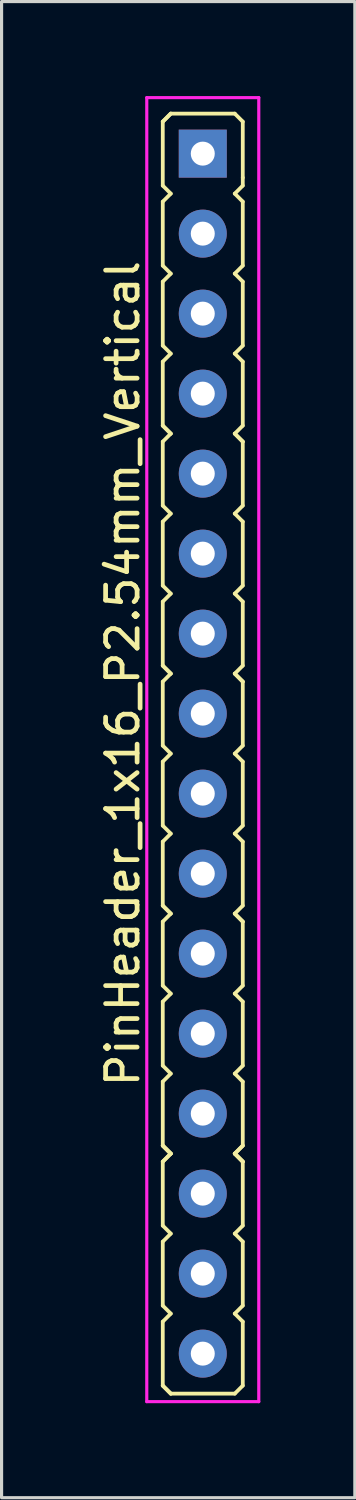
<source format=kicad_pcb>
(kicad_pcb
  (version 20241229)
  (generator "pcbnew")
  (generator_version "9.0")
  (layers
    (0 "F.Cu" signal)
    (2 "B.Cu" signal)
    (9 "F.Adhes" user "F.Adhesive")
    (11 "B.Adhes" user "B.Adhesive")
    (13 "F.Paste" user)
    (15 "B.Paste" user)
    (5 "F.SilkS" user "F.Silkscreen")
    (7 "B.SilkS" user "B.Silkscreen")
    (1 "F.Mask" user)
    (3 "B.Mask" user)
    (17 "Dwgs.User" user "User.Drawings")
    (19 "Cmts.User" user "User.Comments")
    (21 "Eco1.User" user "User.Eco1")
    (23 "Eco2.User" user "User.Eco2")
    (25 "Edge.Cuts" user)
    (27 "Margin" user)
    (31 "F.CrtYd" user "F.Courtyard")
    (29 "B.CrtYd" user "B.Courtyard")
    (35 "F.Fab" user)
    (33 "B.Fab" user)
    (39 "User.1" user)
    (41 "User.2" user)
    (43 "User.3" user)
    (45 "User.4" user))
  (footprint "PinHeader_1x16_P2.54mm_Vertical"
    (layer "F.Cu")
    (at 3.388 20.878)
    (property "Reference" "PinHeader_1x16_P2.54mm_Vertical" (at -2.54 -2.54 90) (layer "F.SilkS") (effects (font (size 1 1) (thickness 0.15))))
    (attr through_hole)
    (fp_line (start -1.27 -20.066) (end -1.016 -20.32) (stroke (width 0.12) (type solid)) (layer "F.SilkS"))
    (fp_line (start -1.27 -20.066) (end -1.016 -20.32) (stroke (width 0.12) (type solid)) (layer "F.SilkS"))
    (fp_line (start -1.27 -18.034) (end -1.27 -20.066) (stroke (width 0.12) (type solid)) (layer "F.SilkS"))
    (fp_line (start -1.27 -17.526) (end -1.016 -17.78) (stroke (width 0.12) (type solid)) (layer "F.SilkS"))
    (fp_line (start -1.27 -15.494) (end -1.27 -17.526) (stroke (width 0.12) (type solid)) (layer "F.SilkS"))
    (fp_line (start -1.27 -14.986) (end -1.016 -15.24) (stroke (width 0.12) (type solid)) (layer "F.SilkS"))
    (fp_line (start -1.27 -12.954) (end -1.27 -14.986) (stroke (width 0.12) (type solid)) (layer "F.SilkS"))
    (fp_line (start -1.27 -12.446) (end -1.016 -12.7) (stroke (width 0.12) (type solid)) (layer "F.SilkS"))
    (fp_line (start -1.27 -10.414) (end -1.27 -12.446) (stroke (width 0.12) (type solid)) (layer "F.SilkS"))
    (fp_line (start -1.27 -9.906) (end -1.016 -10.16) (stroke (width 0.12) (type solid)) (layer "F.SilkS"))
    (fp_line (start -1.27 -7.874) (end -1.27 -9.906) (stroke (width 0.12) (type solid)) (layer "F.SilkS"))
    (fp_line (start -1.27 -7.366) (end -1.016 -7.62) (stroke (width 0.12) (type solid)) (layer "F.SilkS"))
    (fp_line (start -1.27 -5.334) (end -1.27 -7.366) (stroke (width 0.12) (type solid)) (layer "F.SilkS"))
    (fp_line (start -1.27 -4.826) (end -1.016 -5.08) (stroke (width 0.12) (type solid)) (layer "F.SilkS"))
    (fp_line (start -1.27 -2.794) (end -1.27 -4.826) (stroke (width 0.12) (type solid)) (layer "F.SilkS"))
    (fp_line (start -1.27 -2.286) (end -1.016 -2.54) (stroke (width 0.12) (type solid)) (layer "F.SilkS"))
    (fp_line (start -1.27 -0.254) (end -1.27 -2.286) (stroke (width 0.12) (type solid)) (layer "F.SilkS"))
    (fp_line (start -1.27 0.254) (end -1.016 0) (stroke (width 0.12) (type solid)) (layer "F.SilkS"))
    (fp_line (start -1.27 2.286) (end -1.27 0.254) (stroke (width 0.12) (type solid)) (layer "F.SilkS"))
    (fp_line (start -1.27 2.794) (end -1.016 2.54) (stroke (width 0.12) (type solid)) (layer "F.SilkS"))
    (fp_line (start -1.27 4.826) (end -1.27 2.794) (stroke (width 0.12) (type solid)) (layer "F.SilkS"))
    (fp_line (start -1.27 5.334) (end -1.016 5.08) (stroke (width 0.12) (type solid)) (layer "F.SilkS"))
    (fp_line (start -1.27 7.366) (end -1.27 5.334) (stroke (width 0.12) (type solid)) (layer "F.SilkS"))
    (fp_line (start -1.27 7.874) (end -1.016 7.62) (stroke (width 0.12) (type solid)) (layer "F.SilkS"))
    (fp_line (start -1.27 9.906) (end -1.27 7.874) (stroke (width 0.12) (type solid)) (layer "F.SilkS"))
    (fp_line (start -1.27 10.414) (end -1.016 10.16) (stroke (width 0.12) (type solid)) (layer "F.SilkS"))
    (fp_line (start -1.27 12.446) (end -1.27 10.414) (stroke (width 0.12) (type solid)) (layer "F.SilkS"))
    (fp_line (start -1.27 12.954) (end -1.016 12.7) (stroke (width 0.12) (type solid)) (layer "F.SilkS"))
    (fp_line (start -1.27 12.954) (end -1.016 12.7) (stroke (width 0.12) (type solid)) (layer "F.SilkS"))
    (fp_line (start -1.27 14.986) (end -1.27 12.954) (stroke (width 0.12) (type solid)) (layer "F.SilkS"))
    (fp_line (start -1.27 15.494) (end -1.016 15.24) (stroke (width 0.12) (type solid)) (layer "F.SilkS"))
    (fp_line (start -1.27 17.526) (end -1.27 15.494) (stroke (width 0.12) (type solid)) (layer "F.SilkS"))
    (fp_line (start -1.27 18.034) (end -1.016 17.78) (stroke (width 0.12) (type solid)) (layer "F.SilkS"))
    (fp_line (start -1.27 20.066) (end -1.27 18.034) (stroke (width 0.12) (type solid)) (layer "F.SilkS"))
    (fp_line (start -1.016 -17.78) (end -1.27 -18.034) (stroke (width 0.12) (type solid)) (layer "F.SilkS"))
    (fp_line (start -1.016 -15.24) (end -1.27 -15.494) (stroke (width 0.12) (type solid)) (layer "F.SilkS"))
    (fp_line (start -1.016 -12.7) (end -1.27 -12.954) (stroke (width 0.12) (type solid)) (layer "F.SilkS"))
    (fp_line (start -1.016 -10.16) (end -1.27 -10.414) (stroke (width 0.12) (type solid)) (layer "F.SilkS"))
    (fp_line (start -1.016 -10.16) (end -1.27 -10.414) (stroke (width 0.12) (type solid)) (layer "F.SilkS"))
    (fp_line (start -1.016 -7.62) (end -1.27 -7.874) (stroke (width 0.12) (type solid)) (layer "F.SilkS"))
    (fp_line (start -1.016 -5.08) (end -1.27 -5.334) (stroke (width 0.12) (type solid)) (layer "F.SilkS"))
    (fp_line (start -1.016 -2.54) (end -1.27 -2.794) (stroke (width 0.12) (type solid)) (layer "F.SilkS"))
    (fp_line (start -1.016 -2.54) (end -1.27 -2.794) (stroke (width 0.12) (type solid)) (layer "F.SilkS"))
    (fp_line (start -1.016 0) (end -1.27 -0.254) (stroke (width 0.12) (type solid)) (layer "F.SilkS"))
    (fp_line (start -1.016 2.54) (end -1.27 2.286) (stroke (width 0.12) (type solid)) (layer "F.SilkS"))
    (fp_line (start -1.016 5.08) (end -1.27 4.826) (stroke (width 0.12) (type solid)) (layer "F.SilkS"))
    (fp_line (start -1.016 5.08) (end -1.27 4.826) (stroke (width 0.12) (type solid)) (layer "F.SilkS"))
    (fp_line (start -1.016 7.62) (end -1.27 7.366) (stroke (width 0.12) (type solid)) (layer "F.SilkS"))
    (fp_line (start -1.016 10.16) (end -1.27 9.906) (stroke (width 0.12) (type solid)) (layer "F.SilkS"))
    (fp_line (start -1.016 12.7) (end -1.27 12.446) (stroke (width 0.12) (type solid)) (layer "F.SilkS"))
    (fp_line (start -1.016 12.7) (end -1.27 12.446) (stroke (width 0.12) (type solid)) (layer "F.SilkS"))
    (fp_line (start -1.016 12.7) (end -1.27 12.446) (stroke (width 0.12) (type solid)) (layer "F.SilkS"))
    (fp_line (start -1.016 15.24) (end -1.27 14.986) (stroke (width 0.12) (type solid)) (layer "F.SilkS"))
    (fp_line (start -1.016 17.78) (end -1.27 17.526) (stroke (width 0.12) (type solid)) (layer "F.SilkS"))
    (fp_line (start -1.016 20.32) (end -1.27 20.066) (stroke (width 0.12) (type solid)) (layer "F.SilkS"))
    (fp_line (start -1.016 20.32) (end -1.27 20.066) (stroke (width 0.12) (type solid)) (layer "F.SilkS"))
    (fp_line (start 1.016 -20.32) (end -1.016 -20.32) (stroke (width 0.12) (type solid)) (layer "F.SilkS"))
    (fp_line (start 1.016 -17.78) (end 1.27 -17.526) (stroke (width 0.12) (type solid)) (layer "F.SilkS"))
    (fp_line (start 1.016 -15.24) (end 1.27 -14.986) (stroke (width 0.12) (type solid)) (layer "F.SilkS"))
    (fp_line (start 1.016 -12.7) (end 1.27 -12.446) (stroke (width 0.12) (type solid)) (layer "F.SilkS"))
    (fp_line (start 1.016 -10.16) (end 1.27 -9.906) (stroke (width 0.12) (type solid)) (layer "F.SilkS"))
    (fp_line (start 1.016 -10.16) (end 1.27 -9.906) (stroke (width 0.12) (type solid)) (layer "F.SilkS"))
    (fp_line (start 1.016 -7.62) (end 1.27 -7.366) (stroke (width 0.12) (type solid)) (layer "F.SilkS"))
    (fp_line (start 1.016 -5.08) (end 1.27 -4.826) (stroke (width 0.12) (type solid)) (layer "F.SilkS"))
    (fp_line (start 1.016 -2.54) (end 1.27 -2.286) (stroke (width 0.12) (type solid)) (layer "F.SilkS"))
    (fp_line (start 1.016 -2.54) (end 1.27 -2.286) (stroke (width 0.12) (type solid)) (layer "F.SilkS"))
    (fp_line (start 1.016 0) (end 1.27 0.254) (stroke (width 0.12) (type solid)) (layer "F.SilkS"))
    (fp_line (start 1.016 2.54) (end 1.27 2.794) (stroke (width 0.12) (type solid)) (layer "F.SilkS"))
    (fp_line (start 1.016 5.08) (end 1.27 5.334) (stroke (width 0.12) (type solid)) (layer "F.SilkS"))
    (fp_line (start 1.016 5.08) (end 1.27 5.334) (stroke (width 0.12) (type solid)) (layer "F.SilkS"))
    (fp_line (start 1.016 7.62) (end 1.27 7.874) (stroke (width 0.12) (type solid)) (layer "F.SilkS"))
    (fp_line (start 1.016 10.16) (end 1.27 10.414) (stroke (width 0.12) (type solid)) (layer "F.SilkS"))
    (fp_line (start 1.016 12.7) (end 1.27 12.954) (stroke (width 0.12) (type solid)) (layer "F.SilkS"))
    (fp_line (start 1.016 12.7) (end 1.27 12.954) (stroke (width 0.12) (type solid)) (layer "F.SilkS"))
    (fp_line (start 1.016 12.7) (end 1.27 12.954) (stroke (width 0.12) (type solid)) (layer "F.SilkS"))
    (fp_line (start 1.016 15.24) (end 1.27 15.494) (stroke (width 0.12) (type solid)) (layer "F.SilkS"))
    (fp_line (start 1.016 17.78) (end 1.27 18.034) (stroke (width 0.12) (type solid)) (layer "F.SilkS"))
    (fp_line (start 1.016 20.32) (end -1.016 20.32) (stroke (width 0.12) (type solid)) (layer "F.SilkS"))
    (fp_line (start 1.27 -20.066) (end 1.016 -20.32) (stroke (width 0.12) (type solid)) (layer "F.SilkS"))
    (fp_line (start 1.27 -20.066) (end 1.27 -18.288) (stroke (width 0.12) (type solid)) (layer "F.SilkS"))
    (fp_line (start 1.27 -18.288) (end 1.27 -18.034) (stroke (width 0.12) (type solid)) (layer "F.SilkS"))
    (fp_line (start 1.27 -18.034) (end 1.016 -17.78) (stroke (width 0.12) (type solid)) (layer "F.SilkS"))
    (fp_line (start 1.27 -17.526) (end 1.27 -15.494) (stroke (width 0.12) (type solid)) (layer "F.SilkS"))
    (fp_line (start 1.27 -15.494) (end 1.016 -15.24) (stroke (width 0.12) (type solid)) (layer "F.SilkS"))
    (fp_line (start 1.27 -14.986) (end 1.27 -12.954) (stroke (width 0.12) (type solid)) (layer "F.SilkS"))
    (fp_line (start 1.27 -12.954) (end 1.016 -12.7) (stroke (width 0.12) (type solid)) (layer "F.SilkS"))
    (fp_line (start 1.27 -12.446) (end 1.27 -10.414) (stroke (width 0.12) (type solid)) (layer "F.SilkS"))
    (fp_line (start 1.27 -10.414) (end 1.016 -10.16) (stroke (width 0.12) (type solid)) (layer "F.SilkS"))
    (fp_line (start 1.27 -9.906) (end 1.27 -7.874) (stroke (width 0.12) (type solid)) (layer "F.SilkS"))
    (fp_line (start 1.27 -7.874) (end 1.016 -7.62) (stroke (width 0.12) (type solid)) (layer "F.SilkS"))
    (fp_line (start 1.27 -7.366) (end 1.27 -5.334) (stroke (width 0.12) (type solid)) (layer "F.SilkS"))
    (fp_line (start 1.27 -5.334) (end 1.016 -5.08) (stroke (width 0.12) (type solid)) (layer "F.SilkS"))
    (fp_line (start 1.27 -4.826) (end 1.27 -2.794) (stroke (width 0.12) (type solid)) (layer "F.SilkS"))
    (fp_line (start 1.27 -2.794) (end 1.016 -2.54) (stroke (width 0.12) (type solid)) (layer "F.SilkS"))
    (fp_line (start 1.27 -2.286) (end 1.27 -0.254) (stroke (width 0.12) (type solid)) (layer "F.SilkS"))
    (fp_line (start 1.27 -0.254) (end 1.016 0) (stroke (width 0.12) (type solid)) (layer "F.SilkS"))
    (fp_line (start 1.27 0.254) (end 1.27 2.286) (stroke (width 0.12) (type solid)) (layer "F.SilkS"))
    (fp_line (start 1.27 2.286) (end 1.016 2.54) (stroke (width 0.12) (type solid)) (layer "F.SilkS"))
    (fp_line (start 1.27 2.794) (end 1.27 4.826) (stroke (width 0.12) (type solid)) (layer "F.SilkS"))
    (fp_line (start 1.27 4.826) (end 1.016 5.08) (stroke (width 0.12) (type solid)) (layer "F.SilkS"))
    (fp_line (start 1.27 5.334) (end 1.27 7.366) (stroke (width 0.12) (type solid)) (layer "F.SilkS"))
    (fp_line (start 1.27 7.366) (end 1.016 7.62) (stroke (width 0.12) (type solid)) (layer "F.SilkS"))
    (fp_line (start 1.27 7.874) (end 1.27 9.906) (stroke (width 0.12) (type solid)) (layer "F.SilkS"))
    (fp_line (start 1.27 9.906) (end 1.016 10.16) (stroke (width 0.12) (type solid)) (layer "F.SilkS"))
    (fp_line (start 1.27 10.414) (end 1.27 12.446) (stroke (width 0.12) (type solid)) (layer "F.SilkS"))
    (fp_line (start 1.27 12.446) (end 1.016 12.7) (stroke (width 0.12) (type solid)) (layer "F.SilkS"))
    (fp_line (start 1.27 12.446) (end 1.016 12.7) (stroke (width 0.12) (type solid)) (layer "F.SilkS"))
    (fp_line (start 1.27 12.954) (end 1.27 14.986) (stroke (width 0.12) (type solid)) (layer "F.SilkS"))
    (fp_line (start 1.27 14.986) (end 1.016 15.24) (stroke (width 0.12) (type solid)) (layer "F.SilkS"))
    (fp_line (start 1.27 15.494) (end 1.27 17.526) (stroke (width 0.12) (type solid)) (layer "F.SilkS"))
    (fp_line (start 1.27 17.526) (end 1.016 17.78) (stroke (width 0.12) (type solid)) (layer "F.SilkS"))
    (fp_line (start 1.27 18.034) (end 1.27 20.066) (stroke (width 0.12) (type solid)) (layer "F.SilkS"))
    (fp_line (start 1.27 20.066) (end 1.016 20.32) (stroke (width 0.12) (type solid)) (layer "F.SilkS"))
    (fp_line (start -1.778 20.574) (end -1.778 -20.828) (stroke (width 0.1) (type solid)) (layer "F.CrtYd"))
    (fp_line (start -1.778 20.574) (end 1.778 20.574) (stroke (width 0.1) (type solid)) (layer "F.CrtYd"))
    (fp_line (start 1.778 -20.828) (end -1.778 -20.828) (stroke (width 0.1) (type solid)) (layer "F.CrtYd"))
    (fp_line (start 1.778 -20.828) (end 1.778 20.574) (stroke (width 0.1) (type solid)) (layer "F.CrtYd"))
    (pad "1" thru_hole rect (at 0 -19.05) (size 1.524 1.524) (drill 0.762) (layers "*.Cu" "*.Mask"))
    (pad "2" thru_hole oval (at 0 -16.51) (size 1.524 1.524) (drill 0.762) (layers "*.Cu" "*.Mask"))
    (pad "3" thru_hole oval (at 0 -13.97) (size 1.524 1.524) (drill 0.762) (layers "*.Cu" "*.Mask"))
    (pad "4" thru_hole oval (at 0 -11.43) (size 1.524 1.524) (drill 0.762) (layers "*.Cu" "*.Mask"))
    (pad "5" thru_hole oval (at 0 -8.89) (size 1.524 1.524) (drill 0.762) (layers "*.Cu" "*.Mask"))
    (pad "6" thru_hole oval (at 0 -6.35) (size 1.524 1.524) (drill 0.762) (layers "*.Cu" "*.Mask"))
    (pad "7" thru_hole oval (at 0 -3.81) (size 1.524 1.524) (drill 0.762) (layers "*.Cu" "*.Mask"))
    (pad "8" thru_hole oval (at 0 -1.27) (size 1.524 1.524) (drill 0.762) (layers "*.Cu" "*.Mask"))
    (pad "9" thru_hole oval (at 0 1.27) (size 1.524 1.524) (drill 0.762) (layers "*.Cu" "*.Mask"))
    (pad "10" thru_hole oval (at 0 3.81) (size 1.524 1.524) (drill 0.762) (layers "*.Cu" "*.Mask"))
    (pad "11" thru_hole oval (at 0 6.35) (size 1.524 1.524) (drill 0.762) (layers "*.Cu" "*.Mask"))
    (pad "12" thru_hole oval (at 0 8.89) (size 1.524 1.524) (drill 0.762) (layers "*.Cu" "*.Mask"))
    (pad "13" thru_hole oval (at 0 11.43) (size 1.524 1.524) (drill 0.762) (layers "*.Cu" "*.Mask"))
    (pad "14" thru_hole oval (at 0 13.97) (size 1.524 1.524) (drill 0.762) (layers "*.Cu" "*.Mask"))
    (pad "15" thru_hole oval (at 0 16.51) (size 1.524 1.524) (drill 0.762) (layers "*.Cu" "*.Mask"))
    (pad "16" thru_hole oval (at 0 19.05) (size 1.524 1.524) (drill 0.762) (layers "*.Cu" "*.Mask")))
  (gr_rect
    (start -3 -3)
    (end 8.216 44.502)
    (stroke (width 0.1) (type default))
    (fill no)
    (layer "Edge.Cuts")))
</source>
